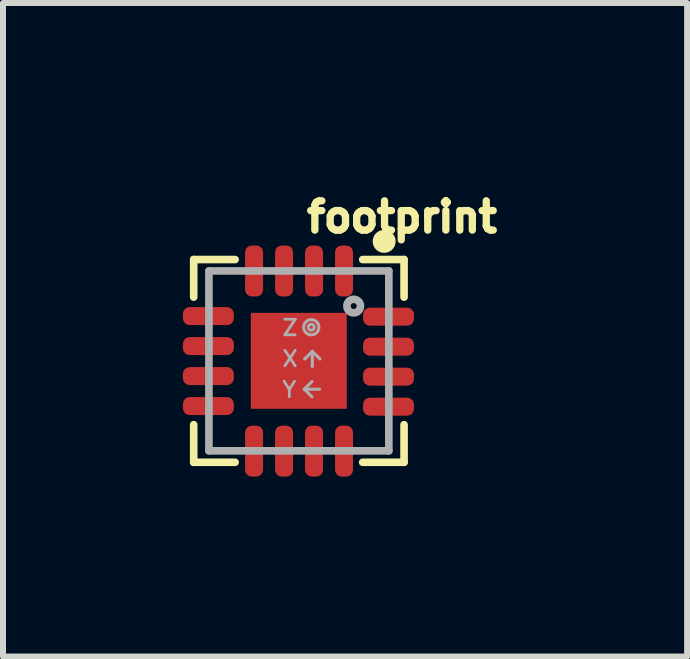
<source format=kicad_pcb>
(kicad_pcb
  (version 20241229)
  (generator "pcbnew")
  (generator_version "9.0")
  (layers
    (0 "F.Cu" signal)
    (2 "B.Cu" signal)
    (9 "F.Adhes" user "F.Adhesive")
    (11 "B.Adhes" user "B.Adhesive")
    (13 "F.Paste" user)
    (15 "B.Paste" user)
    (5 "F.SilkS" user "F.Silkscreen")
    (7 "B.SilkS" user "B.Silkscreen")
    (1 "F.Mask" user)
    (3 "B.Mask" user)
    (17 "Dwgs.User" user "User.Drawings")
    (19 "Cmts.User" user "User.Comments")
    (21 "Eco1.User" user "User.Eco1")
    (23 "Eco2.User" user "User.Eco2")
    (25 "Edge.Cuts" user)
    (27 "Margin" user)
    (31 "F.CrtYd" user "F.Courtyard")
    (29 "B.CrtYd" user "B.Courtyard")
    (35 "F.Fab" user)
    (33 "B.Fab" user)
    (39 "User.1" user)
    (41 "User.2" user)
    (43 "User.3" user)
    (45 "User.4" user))
  (footprint "footprint"
    (layer "F.Cu")
    (at 1.933 2.967)
    (property "Reference" "footprint" (at 0.071 -2.114 0) (layer "F.SilkS") (effects (font (size 0.488 0.488) (thickness 0.122)) (justify left bottom)))
    (fp_line (start -1.753 -1.689) (end -1.753 -1.062) (stroke (width 0.127) (type solid)) (layer "F.SilkS"))
    (fp_line (start -1.753 1.692) (end -1.753 1.065) (stroke (width 0.127) (type solid)) (layer "F.SilkS"))
    (fp_line (start -1.062 -1.689) (end -1.753 -1.689) (stroke (width 0.127) (type solid)) (layer "F.SilkS"))
    (fp_line (start -1.062 1.692) (end -1.753 1.692) (stroke (width 0.127) (type solid)) (layer "F.SilkS"))
    (fp_line (start 1.065 -1.689) (end 1.755 -1.689) (stroke (width 0.127) (type solid)) (layer "F.SilkS"))
    (fp_line (start 1.065 1.692) (end 1.755 1.692) (stroke (width 0.127) (type solid)) (layer "F.SilkS"))
    (fp_line (start 1.755 -1.689) (end 1.755 -1.062) (stroke (width 0.127) (type solid)) (layer "F.SilkS"))
    (fp_line (start 1.755 1.692) (end 1.755 1.065) (stroke (width 0.127) (type solid)) (layer "F.SilkS"))
    (fp_circle (center 1.423 -1.992) (end 1.519 -1.992) (stroke (width 0.191) (type solid)) (fill yes) (layer "F.SilkS"))
    (fp_poly (pts (xy -0.5 -0.3) (xy -0.3 -0.3) (xy -0.3 -0.5) (xy -0.5 -0.5)) (stroke (width 0) (type solid)) (fill yes) (layer "F.Paste"))
    (fp_poly (pts (xy -0.5 0.5) (xy -0.3 0.5) (xy -0.3 0.3) (xy -0.5 0.3)) (stroke (width 0) (type solid)) (fill yes) (layer "F.Paste"))
    (fp_poly (pts (xy 0.3 -0.3) (xy 0.5 -0.3) (xy 0.5 -0.5) (xy 0.3 -0.5)) (stroke (width 0) (type solid)) (fill yes) (layer "F.Paste"))
    (fp_poly (pts (xy 0.3 0.5) (xy 0.5 0.5) (xy 0.5 0.3) (xy 0.3 0.3)) (stroke (width 0) (type solid)) (fill yes) (layer "F.Paste"))
    (fp_line (start -1.499 -1.499) (end -1.499 1.501) (stroke (width 0.127) (type solid)) (layer "F.Fab"))
    (fp_line (start -1.499 -1.499) (end 1.501 -1.499) (stroke (width 0.127) (type solid)) (layer "F.Fab"))
    (fp_line (start 0.092 0.473) (end 0.219 0.346) (stroke (width 0.051) (type solid)) (layer "F.Fab"))
    (fp_line (start 0.092 0.473) (end 0.219 0.6) (stroke (width 0.051) (type solid)) (layer "F.Fab"))
    (fp_line (start 0.225 -0.157) (end 0.098 -0.03) (stroke (width 0.051) (type solid)) (layer "F.Fab"))
    (fp_line (start 0.225 -0.157) (end 0.352 -0.03) (stroke (width 0.051) (type solid)) (layer "F.Fab"))
    (fp_line (start 0.225 0.097) (end 0.225 -0.157) (stroke (width 0.051) (type solid)) (layer "F.Fab"))
    (fp_line (start 0.346 0.473) (end 0.092 0.473) (stroke (width 0.051) (type solid)) (layer "F.Fab"))
    (fp_line (start 1.501 1.501) (end -1.499 1.501) (stroke (width 0.127) (type solid)) (layer "F.Fab"))
    (fp_line (start 1.501 1.501) (end 1.501 -1.499) (stroke (width 0.127) (type solid)) (layer "F.Fab"))
    (fp_circle (center 0.208 -0.56) (end 0.233 -0.56) (stroke (width 0.051) (type solid)) (fill no) (layer "F.Fab"))
    (fp_circle (center 0.208 -0.56) (end 0.335 -0.56) (stroke (width 0.051) (type solid)) (fill no) (layer "F.Fab"))
    (fp_circle (center 0.915 -0.913) (end 0.965 -0.913) (stroke (width 0.127) (type solid)) (fill no) (layer "F.Fab"))
    (fp_text user "Z" (at -0.3 -0.4 0) (layer "F.Fab") (effects (font (size 0.259 0.259) (thickness 0.046)) (justify left bottom)))
    (fp_text user "Y" (at -0.3 0.633 0) (layer "F.Fab") (effects (font (size 0.259 0.259) (thickness 0.046)) (justify left bottom)))
    (fp_text user "X" (at -0.3 0.117 0) (layer "F.Fab") (effects (font (size 0.259 0.259) (thickness 0.046)) (justify left bottom)))
    (pad "1" smd roundrect (at 0.754 -1.498 90) (size 0.85 0.3) (layers "F.Cu" "F.Mask" "F.Paste") (roundrect_rratio 0.375))
    (pad "2" smd roundrect (at 0.254 -1.498 90) (size 0.85 0.3) (layers "F.Cu" "F.Mask" "F.Paste") (roundrect_rratio 0.375))
    (pad "3" smd roundrect (at -0.246 -1.498 90) (size 0.85 0.3) (layers "F.Cu" "F.Mask" "F.Paste") (roundrect_rratio 0.375))
    (pad "4" smd roundrect (at -0.746 -1.498 90) (size 0.85 0.3) (layers "F.Cu" "F.Mask" "F.Paste") (roundrect_rratio 0.375))
    (pad "5" smd roundrect (at -1.508 -0.746) (size 0.85 0.3) (layers "F.Cu" "F.Mask" "F.Paste") (roundrect_rratio 0.375))
    (pad "6" smd roundrect (at -1.508 -0.246) (size 0.85 0.3) (layers "F.Cu" "F.Mask" "F.Paste") (roundrect_rratio 0.375))
    (pad "7" smd roundrect (at -1.508 0.254) (size 0.85 0.3) (layers "F.Cu" "F.Mask" "F.Paste") (roundrect_rratio 0.375))
    (pad "8" smd roundrect (at -1.508 0.754) (size 0.85 0.3) (layers "F.Cu" "F.Mask" "F.Paste") (roundrect_rratio 0.375))
    (pad "9" smd roundrect (at -0.746 1.506 270) (size 0.85 0.3) (layers "F.Cu" "F.Mask" "F.Paste") (roundrect_rratio 0.375))
    (pad "10" smd roundrect (at -0.246 1.506 270) (size 0.85 0.3) (layers "F.Cu" "F.Mask" "F.Paste") (roundrect_rratio 0.375))
    (pad "11" smd roundrect (at 0.254 1.506 270) (size 0.85 0.3) (layers "F.Cu" "F.Mask" "F.Paste") (roundrect_rratio 0.375))
    (pad "12" smd roundrect (at 0.754 1.506 270) (size 0.85 0.3) (layers "F.Cu" "F.Mask" "F.Paste") (roundrect_rratio 0.375))
    (pad "13" smd roundrect (at 1.496 0.764 180) (size 0.85 0.3) (layers "F.Cu" "F.Mask" "F.Paste") (roundrect_rratio 0.375))
    (pad "14" smd roundrect (at 1.496 0.264 180) (size 0.85 0.3) (layers "F.Cu" "F.Mask" "F.Paste") (roundrect_rratio 0.375))
    (pad "15" smd roundrect (at 1.496 -0.236 180) (size 0.85 0.3) (layers "F.Cu" "F.Mask" "F.Paste") (roundrect_rratio 0.375))
    (pad "16" smd roundrect (at 1.496 -0.736 180) (size 0.85 0.3) (layers "F.Cu" "F.Mask" "F.Paste") (roundrect_rratio 0.375))
    (pad "17" smd rect (at 0 0) (size 1.6 1.6) (layers "F.Cu" "F.Mask")))
  (gr_rect
    (start -3 -3)
    (end 8.408 7.898)
    (stroke (width 0.1) (type default))
    (fill no)
    (layer "Edge.Cuts")))
</source>
